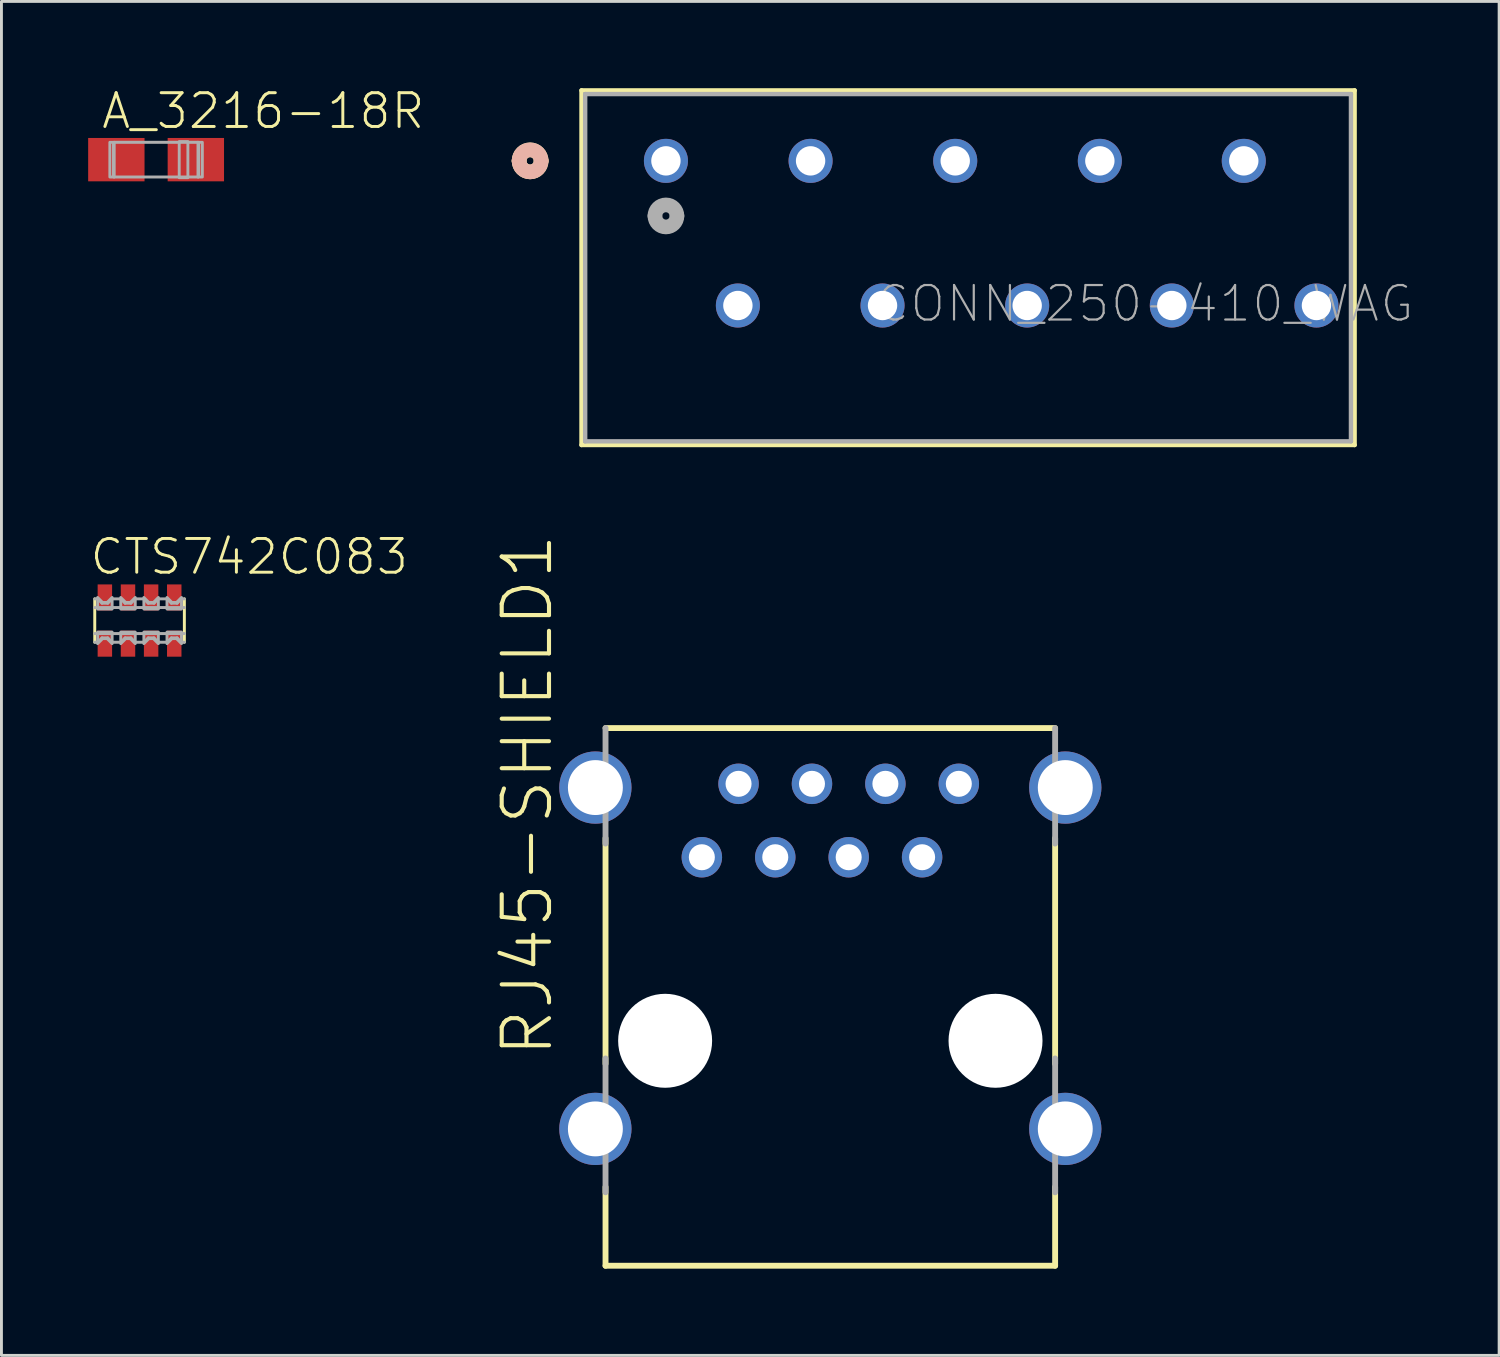
<source format=kicad_pcb>
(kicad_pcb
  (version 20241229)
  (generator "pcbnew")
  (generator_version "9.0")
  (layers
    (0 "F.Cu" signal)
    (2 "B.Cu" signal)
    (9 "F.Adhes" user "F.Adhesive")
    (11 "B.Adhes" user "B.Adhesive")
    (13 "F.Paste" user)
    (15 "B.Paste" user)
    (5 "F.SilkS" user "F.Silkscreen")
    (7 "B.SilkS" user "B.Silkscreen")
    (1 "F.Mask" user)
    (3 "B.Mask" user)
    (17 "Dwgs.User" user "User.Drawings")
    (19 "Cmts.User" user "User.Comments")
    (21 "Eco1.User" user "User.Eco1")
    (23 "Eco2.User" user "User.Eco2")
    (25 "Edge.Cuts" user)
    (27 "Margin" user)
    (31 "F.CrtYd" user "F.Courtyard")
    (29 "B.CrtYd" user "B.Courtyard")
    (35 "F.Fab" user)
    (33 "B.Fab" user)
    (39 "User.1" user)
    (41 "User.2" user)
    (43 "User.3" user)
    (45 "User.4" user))
  (footprint "A_3216-18R"
    (layer "F.Cu")
    (at 2.35 2.473)
    (property "Reference" "A_3216-18R" (at -1.95 -1 0) (layer "F.SilkS") (effects (font (size 1.168 1.168) (thickness 0.102)) (justify left bottom)))
    (fp_line (start -1.45 -0.6) (end 1.45 -0.6) (stroke (width 0.102) (type solid)) (layer "F.Fab"))
    (fp_line (start -1.45 0.6) (end -1.45 -0.6) (stroke (width 0.102) (type solid)) (layer "F.Fab"))
    (fp_line (start 1.45 -0.6) (end 1.45 0.6) (stroke (width 0.102) (type solid)) (layer "F.Fab"))
    (fp_line (start 1.45 0.6) (end -1.45 0.6) (stroke (width 0.102) (type solid)) (layer "F.Fab"))
    (fp_poly (pts (xy -1.6 0.6) (xy -1.475 0.6) (xy -1.475 -0.6) (xy -1.6 -0.6)) (stroke (width 0.1) (type default)) (fill no) (layer "F.Fab"))
    (fp_poly (pts (xy 0.8 0.625) (xy 1.1 0.625) (xy 1.1 -0.625) (xy 0.8 -0.625)) (stroke (width 0.1) (type default)) (fill no) (layer "F.Fab"))
    (fp_poly (pts (xy 1.475 0.6) (xy 1.6 0.6) (xy 1.6 -0.6) (xy 1.475 -0.6)) (stroke (width 0.1) (type default)) (fill no) (layer "F.Fab"))
    (pad "+" smd rect (at 1.375 0) (size 1.95 1.5) (layers "F.Cu" "F.Mask" "F.Paste"))
    (pad "-" smd rect (at -1.375 0) (size 1.95 1.5) (layers "F.Cu" "F.Mask" "F.Paste")))
  (footprint "CTS742C083"
    (layer "F.Cu")
    (at 1.778 18.418)
    (property "Reference" "CTS742C083" (at -1.778 -1.524 0) (layer "F.SilkS") (effects (font (size 1.168 1.168) (thickness 0.102)) (justify left bottom)))
    (fp_poly (pts (xy -1.5 1.3) (xy -0.9 1.3) (xy -0.9 0.3) (xy -1.5 0.3)) (stroke (width 0) (type default)) (fill yes) (layer "F.Mask"))
    (fp_poly (pts (xy -0.9 -1.3) (xy -1.5 -1.3) (xy -1.5 -0.3) (xy -0.9 -0.3)) (stroke (width 0) (type default)) (fill yes) (layer "F.Mask"))
    (fp_poly (pts (xy -0.7 1.3) (xy -0.1 1.3) (xy -0.1 0.3) (xy -0.7 0.3)) (stroke (width 0) (type default)) (fill yes) (layer "F.Mask"))
    (fp_poly (pts (xy -0.1 -1.3) (xy -0.7 -1.3) (xy -0.7 -0.3) (xy -0.1 -0.3)) (stroke (width 0) (type default)) (fill yes) (layer "F.Mask"))
    (fp_poly (pts (xy 0.1 1.3) (xy 0.7 1.3) (xy 0.7 0.3) (xy 0.1 0.3)) (stroke (width 0) (type default)) (fill yes) (layer "F.Mask"))
    (fp_poly (pts (xy 0.7 -1.3) (xy 0.1 -1.3) (xy 0.1 -0.3) (xy 0.7 -0.3)) (stroke (width 0) (type default)) (fill yes) (layer "F.Mask"))
    (fp_poly (pts (xy 0.9 1.3) (xy 1.5 1.3) (xy 1.5 0.3) (xy 0.9 0.3)) (stroke (width 0) (type default)) (fill yes) (layer "F.Mask"))
    (fp_poly (pts (xy 1.5 -1.3) (xy 0.9 -1.3) (xy 0.9 -0.3) (xy 1.5 -0.3)) (stroke (width 0) (type default)) (fill yes) (layer "F.Mask"))
    (fp_line (start -1.55 0.75) (end -1.55 -0.75) (stroke (width 0.102) (type solid)) (layer "F.SilkS"))
    (fp_line (start 1.55 -0.75) (end 1.55 0.75) (stroke (width 0.102) (type solid)) (layer "F.SilkS"))
    (fp_line (start -1.55 -0.75) (end -1.45 -0.75) (stroke (width 0.102) (type solid)) (layer "F.Fab"))
    (fp_line (start -1.55 -0.45) (end 1.55 -0.45) (stroke (width 0.102) (type solid)) (layer "F.Fab"))
    (fp_line (start -1.45 -0.75) (end -1.3 -0.6) (stroke (width 0.102) (type solid)) (layer "F.Fab"))
    (fp_line (start -1.45 0.75) (end -1.55 0.75) (stroke (width 0.102) (type solid)) (layer "F.Fab"))
    (fp_line (start -1.3 -0.6) (end -1.1 -0.6) (stroke (width 0.102) (type solid)) (layer "F.Fab"))
    (fp_line (start -1.3 0.6) (end -1.45 0.75) (stroke (width 0.102) (type solid)) (layer "F.Fab"))
    (fp_line (start -1.1 -0.6) (end -0.95 -0.75) (stroke (width 0.102) (type solid)) (layer "F.Fab"))
    (fp_line (start -1.1 0.6) (end -1.3 0.6) (stroke (width 0.102) (type solid)) (layer "F.Fab"))
    (fp_line (start -0.95 -0.75) (end -0.65 -0.75) (stroke (width 0.102) (type solid)) (layer "F.Fab"))
    (fp_line (start -0.95 0.75) (end -1.1 0.6) (stroke (width 0.102) (type solid)) (layer "F.Fab"))
    (fp_line (start -0.65 -0.75) (end -0.5 -0.6) (stroke (width 0.102) (type solid)) (layer "F.Fab"))
    (fp_line (start -0.65 0.75) (end -0.95 0.75) (stroke (width 0.102) (type solid)) (layer "F.Fab"))
    (fp_line (start -0.5 -0.6) (end -0.3 -0.6) (stroke (width 0.102) (type solid)) (layer "F.Fab"))
    (fp_line (start -0.5 0.6) (end -0.65 0.75) (stroke (width 0.102) (type solid)) (layer "F.Fab"))
    (fp_line (start -0.3 -0.6) (end -0.15 -0.75) (stroke (width 0.102) (type solid)) (layer "F.Fab"))
    (fp_line (start -0.3 0.6) (end -0.5 0.6) (stroke (width 0.102) (type solid)) (layer "F.Fab"))
    (fp_line (start -0.15 -0.75) (end 0.15 -0.75) (stroke (width 0.102) (type solid)) (layer "F.Fab"))
    (fp_line (start -0.15 0.75) (end -0.3 0.6) (stroke (width 0.102) (type solid)) (layer "F.Fab"))
    (fp_line (start 0.15 -0.75) (end 0.3 -0.6) (stroke (width 0.102) (type solid)) (layer "F.Fab"))
    (fp_line (start 0.15 0.75) (end -0.15 0.75) (stroke (width 0.102) (type solid)) (layer "F.Fab"))
    (fp_line (start 0.3 -0.6) (end 0.5 -0.6) (stroke (width 0.102) (type solid)) (layer "F.Fab"))
    (fp_line (start 0.3 0.6) (end 0.15 0.75) (stroke (width 0.102) (type solid)) (layer "F.Fab"))
    (fp_line (start 0.5 -0.6) (end 0.65 -0.75) (stroke (width 0.102) (type solid)) (layer "F.Fab"))
    (fp_line (start 0.5 0.6) (end 0.3 0.6) (stroke (width 0.102) (type solid)) (layer "F.Fab"))
    (fp_line (start 0.65 -0.75) (end 0.95 -0.75) (stroke (width 0.102) (type solid)) (layer "F.Fab"))
    (fp_line (start 0.65 0.75) (end 0.5 0.6) (stroke (width 0.102) (type solid)) (layer "F.Fab"))
    (fp_line (start 0.95 -0.75) (end 1.1 -0.6) (stroke (width 0.102) (type solid)) (layer "F.Fab"))
    (fp_line (start 0.95 0.75) (end 0.65 0.75) (stroke (width 0.102) (type solid)) (layer "F.Fab"))
    (fp_line (start 1.1 -0.6) (end 1.3 -0.6) (stroke (width 0.102) (type solid)) (layer "F.Fab"))
    (fp_line (start 1.1 0.6) (end 0.95 0.75) (stroke (width 0.102) (type solid)) (layer "F.Fab"))
    (fp_line (start 1.3 -0.6) (end 1.45 -0.75) (stroke (width 0.102) (type solid)) (layer "F.Fab"))
    (fp_line (start 1.3 0.6) (end 1.1 0.6) (stroke (width 0.102) (type solid)) (layer "F.Fab"))
    (fp_line (start 1.45 -0.75) (end 1.55 -0.75) (stroke (width 0.102) (type solid)) (layer "F.Fab"))
    (fp_line (start 1.45 0.75) (end 1.3 0.6) (stroke (width 0.102) (type solid)) (layer "F.Fab"))
    (fp_line (start 1.55 0.45) (end -1.55 0.45) (stroke (width 0.102) (type solid)) (layer "F.Fab"))
    (fp_line (start 1.55 0.75) (end 1.45 0.75) (stroke (width 0.102) (type solid)) (layer "F.Fab"))
    (fp_poly (pts (xy -0.949 -0.399) (xy -1.451 -0.399) (xy -1.451 -0.798) (xy -1.279 -0.626) (xy -1.121 -0.626) (xy -0.949 -0.798)) (stroke (width 0.1) (type default)) (fill no) (layer "F.Fab"))
    (fp_poly (pts (xy -0.949 0.798) (xy -1.121 0.626) (xy -1.279 0.626) (xy -1.451 0.798) (xy -1.451 0.399) (xy -0.949 0.399)) (stroke (width 0.1) (type default)) (fill no) (layer "F.Fab"))
    (fp_poly (pts (xy -0.149 -0.399) (xy -0.651 -0.399) (xy -0.651 -0.798) (xy -0.479 -0.626) (xy -0.321 -0.626) (xy -0.149 -0.798)) (stroke (width 0.1) (type default)) (fill no) (layer "F.Fab"))
    (fp_poly (pts (xy -0.149 0.798) (xy -0.321 0.626) (xy -0.479 0.626) (xy -0.651 0.798) (xy -0.651 0.399) (xy -0.149 0.399)) (stroke (width 0.1) (type default)) (fill no) (layer "F.Fab"))
    (fp_poly (pts (xy 0.651 -0.399) (xy 0.149 -0.399) (xy 0.149 -0.798) (xy 0.321 -0.626) (xy 0.479 -0.626) (xy 0.651 -0.798)) (stroke (width 0.1) (type default)) (fill no) (layer "F.Fab"))
    (fp_poly (pts (xy 0.651 0.798) (xy 0.479 0.626) (xy 0.321 0.626) (xy 0.149 0.798) (xy 0.149 0.399) (xy 0.651 0.399)) (stroke (width 0.1) (type default)) (fill no) (layer "F.Fab"))
    (fp_poly (pts (xy 1.451 -0.399) (xy 0.949 -0.399) (xy 0.949 -0.798) (xy 1.121 -0.626) (xy 1.279 -0.626) (xy 1.451 -0.798)) (stroke (width 0.1) (type default)) (fill no) (layer "F.Fab"))
    (fp_poly (pts (xy 1.451 0.798) (xy 1.279 0.626) (xy 1.121 0.626) (xy 0.949 0.798) (xy 0.949 0.399) (xy 1.451 0.399)) (stroke (width 0.1) (type default)) (fill no) (layer "F.Fab"))
    (pad "1" smd rect (at -1.2 0.8) (size 0.5 0.9) (layers "F.Cu" "F.Paste"))
    (pad "2" smd rect (at -0.4 0.8) (size 0.5 0.9) (layers "F.Cu" "F.Paste"))
    (pad "3" smd rect (at 0.4 0.8) (size 0.5 0.9) (layers "F.Cu" "F.Paste"))
    (pad "4" smd rect (at 1.2 0.8) (size 0.5 0.9) (layers "F.Cu" "F.Paste"))
    (pad "5" smd rect (at 1.2 -0.8) (size 0.5 0.9) (layers "F.Cu" "F.Paste"))
    (pad "6" smd rect (at 0.4 -0.8) (size 0.5 0.9) (layers "F.Cu" "F.Paste"))
    (pad "7" smd rect (at -0.4 -0.8) (size 0.5 0.9) (layers "F.Cu" "F.Paste"))
    (pad "8" smd rect (at -1.2 -0.8) (size 0.5 0.9) (layers "F.Cu" "F.Paste")))
  (footprint "RJ45-SHIELD1"
    (layer "F.Cu")
    (at 25.675 32.956)
    (property "Reference" "RJ45-SHIELD1" (at -9.525 0.635 90) (layer "F.SilkS") (effects (font (size 1.636 1.636) (thickness 0.142)) (justify left bottom)))
    (fp_line (start -7.777 -10.819) (end 7.777 -10.819) (stroke (width 0.203) (type solid)) (layer "F.SilkS"))
    (fp_line (start -7.777 0.797) (end -7.777 -7.009) (stroke (width 0.203) (type solid)) (layer "F.SilkS"))
    (fp_line (start -7.777 7.782) (end -7.777 5.056) (stroke (width 0.203) (type solid)) (layer "F.SilkS"))
    (fp_line (start 7.777 -7.009) (end 7.777 0.797) (stroke (width 0.203) (type solid)) (layer "F.SilkS"))
    (fp_line (start 7.777 5.056) (end 7.777 7.782) (stroke (width 0.203) (type solid)) (layer "F.SilkS"))
    (fp_line (start 7.777 7.782) (end -7.777 7.782) (stroke (width 0.203) (type solid)) (layer "F.SilkS"))
    (fp_line (start -7.777 -6.823) (end -7.777 -10.819) (stroke (width 0.203) (type solid)) (layer "F.Fab"))
    (fp_line (start -7.777 5.242) (end -7.777 0.611) (stroke (width 0.203) (type solid)) (layer "F.Fab"))
    (fp_line (start 7.777 -10.819) (end 7.777 -6.823) (stroke (width 0.203) (type solid)) (layer "F.Fab"))
    (fp_line (start 7.777 0.611) (end 7.777 5.242) (stroke (width 0.203) (type solid)) (layer "F.Fab"))
    (pad "" np_thru_hole circle (at -5.715 0) (size 3.251 3.251) (drill 3.251) (layers "*.Cu" "*.Mask"))
    (pad "" np_thru_hole circle (at 5.715 0) (size 3.251 3.251) (drill 3.251) (layers "*.Cu" "*.Mask"))
    (pad "1" thru_hole circle (at -4.445 -6.35) (size 1.4 1.4) (drill 0.9) (layers "*.Cu" "*.Mask"))
    (pad "2" thru_hole circle (at -3.175 -8.89) (size 1.4 1.4) (drill 0.9) (layers "*.Cu" "*.Mask"))
    (pad "3" thru_hole circle (at -1.905 -6.35) (size 1.4 1.4) (drill 0.9) (layers "*.Cu" "*.Mask"))
    (pad "4" thru_hole circle (at -0.635 -8.89) (size 1.4 1.4) (drill 0.9) (layers "*.Cu" "*.Mask"))
    (pad "5" thru_hole circle (at 0.635 -6.35) (size 1.4 1.4) (drill 0.9) (layers "*.Cu" "*.Mask"))
    (pad "6" thru_hole circle (at 1.905 -8.89) (size 1.4 1.4) (drill 0.9) (layers "*.Cu" "*.Mask"))
    (pad "7" thru_hole circle (at 3.175 -6.35) (size 1.4 1.4) (drill 0.9) (layers "*.Cu" "*.Mask"))
    (pad "8" thru_hole circle (at 4.445 -8.89) (size 1.4 1.4) (drill 0.9) (layers "*.Cu" "*.Mask"))
    (pad "S1" thru_hole circle (at -8.128 3.048) (size 2.5 2.5) (drill 1.9) (layers "*.Cu" "*.Mask"))
    (pad "S2" thru_hole circle (at 8.128 3.048) (size 2.5 2.5) (drill 1.9) (layers "*.Cu" "*.Mask"))
    (pad "S3" thru_hole circle (at -8.128 -8.76) (size 2.5 2.5) (drill 1.9) (layers "*.Cu" "*.Mask"))
    (pad "S4" thru_hole circle (at 8.128 -8.76) (size 2.5 2.5) (drill 1.9) (layers "*.Cu" "*.Mask")))
  (footprint "CONN_250-410_WAG"
    (layer "F.Cu")
    (at 19.988 2.515)
    (property "Reference" "CONN_250-410_WAG" (at 7.188 5.639 0) (layer "F.Fab") (effects (font (size 1.194 1.194) (thickness 0.076)) (justify left bottom)))
    (fp_line (start -2.921 -2.438) (end -2.921 9.83) (stroke (width 0.152) (type solid)) (layer "F.SilkS"))
    (fp_line (start -2.921 9.83) (end 23.825 9.83) (stroke (width 0.152) (type solid)) (layer "F.SilkS"))
    (fp_line (start 23.825 -2.438) (end -2.921 -2.438) (stroke (width 0.152) (type solid)) (layer "F.SilkS"))
    (fp_line (start 23.825 9.83) (end 23.825 -2.438) (stroke (width 0.152) (type solid)) (layer "F.SilkS"))
    (fp_arc (start -5.08 0) (mid -4.699 -0.381) (end -4.318 0) (stroke (width 0.508) (type solid)) (layer "F.SilkS"))
    (fp_arc (start -4.318 0) (mid -4.699 0.381) (end -5.08 0) (stroke (width 0.508) (type solid)) (layer "F.SilkS"))
    (fp_arc (start -5.08 0) (mid -4.699 -0.381) (end -4.318 0) (stroke (width 0.508) (type solid)) (layer "B.SilkS"))
    (fp_arc (start -4.318 0) (mid -4.699 0.381) (end -5.08 0) (stroke (width 0.508) (type solid)) (layer "B.SilkS"))
    (fp_line (start -2.794 -2.311) (end -2.794 9.703) (stroke (width 0.152) (type solid)) (layer "F.Fab"))
    (fp_line (start -2.794 9.703) (end 23.698 9.703) (stroke (width 0.152) (type solid)) (layer "F.Fab"))
    (fp_line (start 23.698 -2.311) (end -2.794 -2.311) (stroke (width 0.152) (type solid)) (layer "F.Fab"))
    (fp_line (start 23.698 9.703) (end 23.698 -2.311) (stroke (width 0.152) (type solid)) (layer "F.Fab"))
    (fp_arc (start -0.381 1.905) (mid 0 1.524) (end 0.381 1.905) (stroke (width 0.508) (type solid)) (layer "F.Fab"))
    (fp_arc (start 0.381 1.905) (mid 0 2.286) (end -0.381 1.905) (stroke (width 0.508) (type solid)) (layer "F.Fab"))
    (pad "1" thru_hole circle (at 0 0) (size 1.524 1.524) (drill 1.016) (layers "*.Cu" "*.Mask"))
    (pad "2" thru_hole circle (at 2.489 5.004) (size 1.524 1.524) (drill 1.016) (layers "*.Cu" "*.Mask"))
    (pad "3" thru_hole circle (at 5.004 0) (size 1.524 1.524) (drill 1.016) (layers "*.Cu" "*.Mask"))
    (pad "4" thru_hole circle (at 7.493 5.004) (size 1.524 1.524) (drill 1.016) (layers "*.Cu" "*.Mask"))
    (pad "5" thru_hole circle (at 10.008 0) (size 1.524 1.524) (drill 1.016) (layers "*.Cu" "*.Mask"))
    (pad "6" thru_hole circle (at 12.497 5.004) (size 1.524 1.524) (drill 1.016) (layers "*.Cu" "*.Mask"))
    (pad "7" thru_hole circle (at 15.011 0) (size 1.524 1.524) (drill 1.016) (layers "*.Cu" "*.Mask"))
    (pad "8" thru_hole circle (at 17.501 5.004) (size 1.524 1.524) (drill 1.016) (layers "*.Cu" "*.Mask"))
    (pad "9" thru_hole circle (at 19.99 0) (size 1.524 1.524) (drill 1.016) (layers "*.Cu" "*.Mask"))
    (pad "10" thru_hole circle (at 22.504 5.004) (size 1.524 1.524) (drill 1.016) (layers "*.Cu" "*.Mask")))
  (gr_rect
    (start -3 -3)
    (end 48.812 43.84)
    (stroke (width 0.1) (type default))
    (fill no)
    (layer "Edge.Cuts")))
</source>
